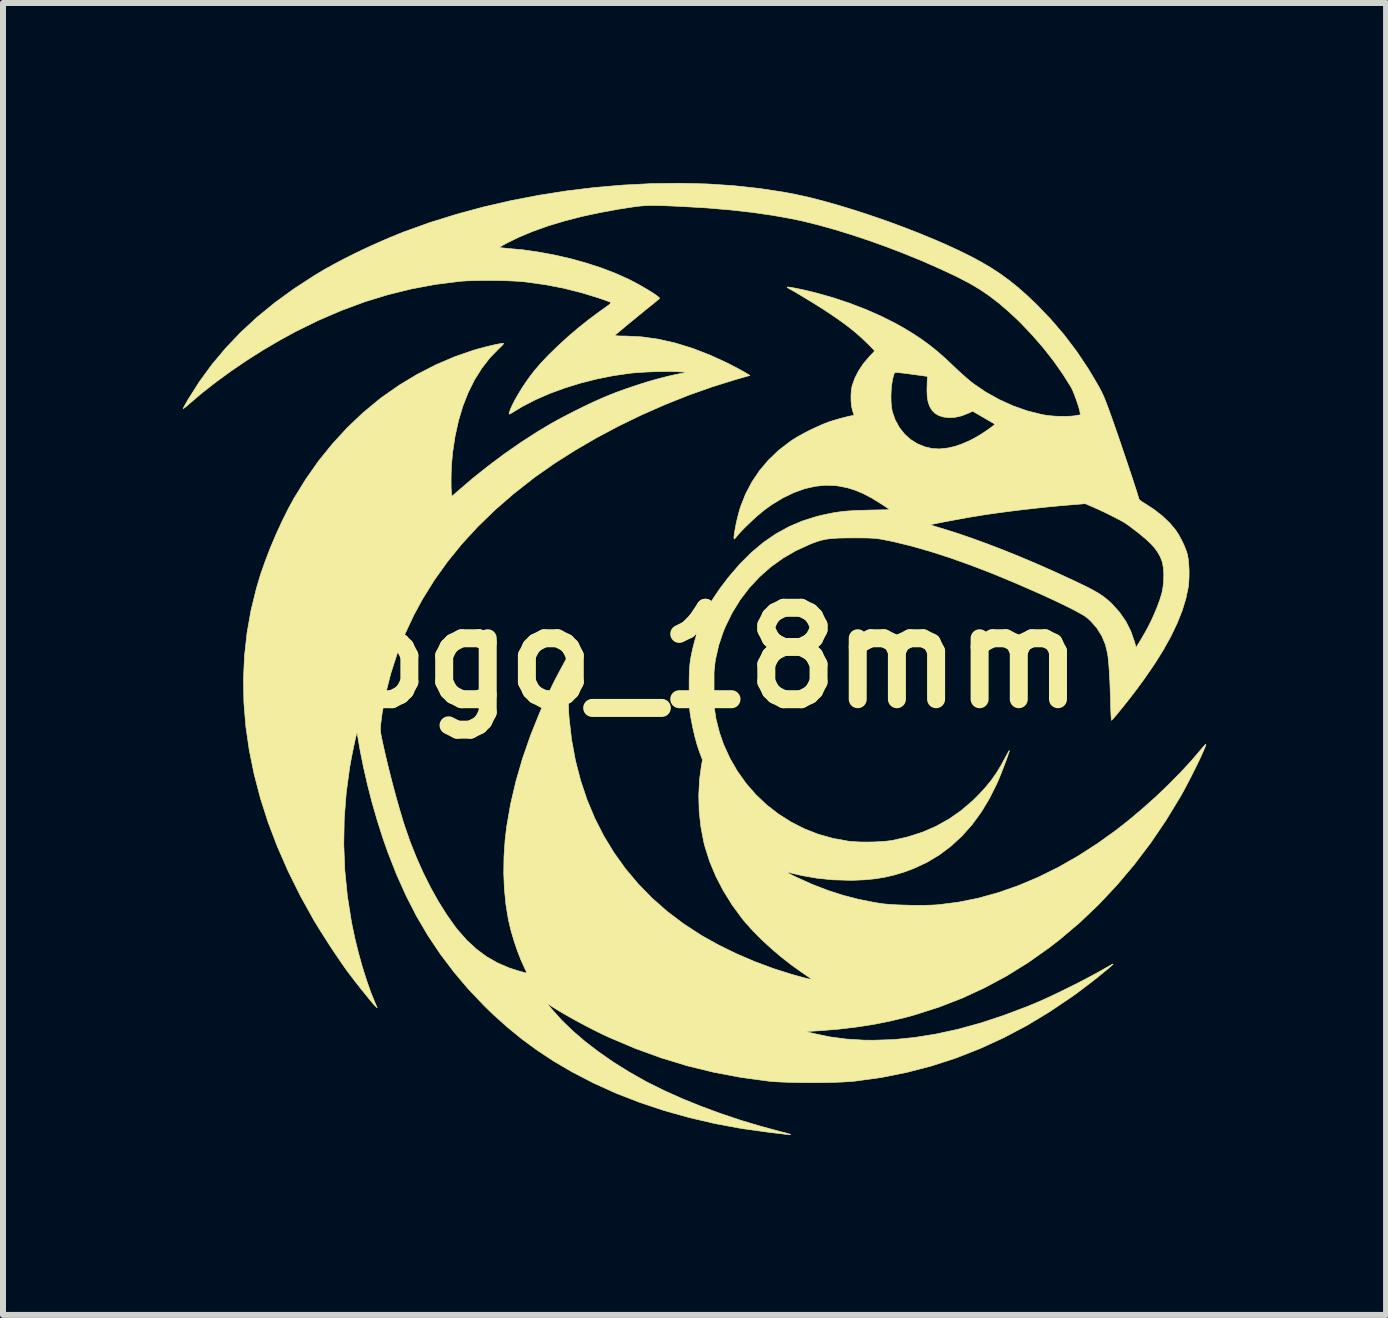
<source format=kicad_pcb>
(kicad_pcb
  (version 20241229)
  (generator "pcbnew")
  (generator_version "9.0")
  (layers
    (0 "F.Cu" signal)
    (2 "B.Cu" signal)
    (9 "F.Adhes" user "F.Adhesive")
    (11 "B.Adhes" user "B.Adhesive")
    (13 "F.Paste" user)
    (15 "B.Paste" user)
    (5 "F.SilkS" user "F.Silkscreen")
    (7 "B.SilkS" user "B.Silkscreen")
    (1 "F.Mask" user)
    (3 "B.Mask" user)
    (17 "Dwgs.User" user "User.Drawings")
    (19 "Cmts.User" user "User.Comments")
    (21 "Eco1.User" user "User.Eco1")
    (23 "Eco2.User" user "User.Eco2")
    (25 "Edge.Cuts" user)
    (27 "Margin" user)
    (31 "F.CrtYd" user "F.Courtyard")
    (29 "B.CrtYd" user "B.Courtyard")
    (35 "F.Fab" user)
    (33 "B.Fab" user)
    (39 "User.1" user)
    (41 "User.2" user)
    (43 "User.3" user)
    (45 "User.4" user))
  (footprint "logo_18mm"
    (layer "F.Cu")
    (at 8.419 7.917)
    (property "Reference" "logo_18mm" (at 0 0 0) (layer "F.SilkS") (effects (font (size 1.524 1.524) (thickness 0.3))))
    (attr through_hole)
    (fp_poly (pts (xy 0.311 -7.901) (xy 0.758 -7.872) (xy 1.193 -7.825) (xy 1.613 -7.761) (xy 1.789 -7.727) (xy 2.009 -7.679) (xy 2.247 -7.618) (xy 2.5 -7.547) (xy 2.763 -7.467) (xy 3.033 -7.379) (xy 3.307 -7.285) (xy 3.58 -7.184) (xy 3.849 -7.08) (xy 4.11 -6.972) (xy 4.293 -6.893) (xy 4.51 -6.793) (xy 4.707 -6.696) (xy 4.885 -6.601) (xy 5.05 -6.504) (xy 5.204 -6.403) (xy 5.351 -6.296) (xy 5.495 -6.181) (xy 5.639 -6.054) (xy 5.786 -5.915) (xy 5.802 -5.9) (xy 6.048 -5.645) (xy 6.274 -5.381) (xy 6.483 -5.105) (xy 6.678 -4.812) (xy 6.824 -4.566) (xy 6.857 -4.508) (xy 6.885 -4.455) (xy 6.91 -4.404) (xy 6.935 -4.349) (xy 6.96 -4.287) (xy 6.988 -4.214) (xy 7.021 -4.126) (xy 7.059 -4.019) (xy 7.068 -3.994) (xy 7.101 -3.901) (xy 7.137 -3.797) (xy 7.176 -3.685) (xy 7.216 -3.567) (xy 7.257 -3.446) (xy 7.298 -3.325) (xy 7.338 -3.207) (xy 7.376 -3.093) (xy 7.411 -2.987) (xy 7.442 -2.892) (xy 7.469 -2.81) (xy 7.49 -2.744) (xy 7.504 -2.697) (xy 7.511 -2.671) (xy 7.52 -2.648) (xy 7.537 -2.627) (xy 7.568 -2.603) (xy 7.611 -2.577) (xy 7.768 -2.475) (xy 7.91 -2.364) (xy 8.033 -2.247) (xy 8.128 -2.133) (xy 8.177 -2.059) (xy 8.226 -1.97) (xy 8.271 -1.876) (xy 8.307 -1.785) (xy 8.325 -1.727) (xy 8.339 -1.655) (xy 8.348 -1.564) (xy 8.354 -1.464) (xy 8.354 -1.361) (xy 8.349 -1.262) (xy 8.34 -1.176) (xy 8.34 -1.174) (xy 8.3 -0.985) (xy 8.239 -0.787) (xy 8.157 -0.581) (xy 8.054 -0.365) (xy 7.93 -0.14) (xy 7.783 0.096) (xy 7.614 0.342) (xy 7.489 0.513) (xy 7.433 0.586) (xy 7.375 0.662) (xy 7.316 0.737) (xy 7.258 0.81) (xy 7.203 0.877) (xy 7.155 0.937) (xy 7.114 0.985) (xy 7.083 1.02) (xy 7.065 1.039) (xy 7.061 1.041) (xy 7.058 1.029) (xy 7.055 0.995) (xy 7.052 0.942) (xy 7.049 0.874) (xy 7.047 0.794) (xy 7.045 0.714) (xy 7.039 0.541) (xy 7.033 0.381) (xy 7.025 0.237) (xy 7.016 0.112) (xy 7.006 0.007) (xy 6.996 -0.07) (xy 6.959 -0.222) (xy 6.9 -0.364) (xy 6.818 -0.495) (xy 6.715 -0.613) (xy 6.658 -0.665) (xy 6.614 -0.697) (xy 6.546 -0.737) (xy 6.457 -0.786) (xy 6.346 -0.843) (xy 6.214 -0.907) (xy 6.063 -0.979) (xy 5.893 -1.057) (xy 5.848 -1.077) (xy 5.453 -1.25) (xy 5.074 -1.407) (xy 4.712 -1.546) (xy 4.367 -1.669) (xy 4.04 -1.774) (xy 3.73 -1.863) (xy 3.439 -1.934) (xy 3.258 -1.971) (xy 3.209 -1.98) (xy 3.164 -1.987) (xy 3.118 -1.992) (xy 3.067 -1.995) (xy 3.008 -1.998) (xy 2.935 -1.999) (xy 2.844 -2) (xy 2.75 -2) (xy 2.623 -1.999) (xy 2.518 -1.997) (xy 2.429 -1.992) (xy 2.353 -1.985) (xy 2.286 -1.975) (xy 2.222 -1.96) (xy 2.158 -1.941) (xy 2.089 -1.916) (xy 2.038 -1.896) (xy 1.805 -1.79) (xy 1.586 -1.663) (xy 1.382 -1.517) (xy 1.194 -1.351) (xy 1.023 -1.168) (xy 0.871 -0.969) (xy 0.738 -0.753) (xy 0.625 -0.523) (xy 0.592 -0.445) (xy 0.513 -0.211) (xy 0.458 0.03) (xy 0.425 0.276) (xy 0.416 0.524) (xy 0.43 0.772) (xy 0.467 1.017) (xy 0.528 1.256) (xy 0.593 1.441) (xy 0.699 1.674) (xy 0.825 1.892) (xy 0.97 2.095) (xy 1.133 2.282) (xy 1.313 2.452) (xy 1.508 2.603) (xy 1.717 2.736) (xy 1.938 2.849) (xy 2.171 2.94) (xy 2.415 3.009) (xy 2.667 3.055) (xy 2.67 3.056) (xy 2.763 3.064) (xy 2.872 3.07) (xy 2.99 3.071) (xy 3.11 3.069) (xy 3.226 3.063) (xy 3.33 3.054) (xy 3.41 3.043) (xy 3.668 2.984) (xy 3.911 2.906) (xy 4.14 2.806) (xy 4.356 2.685) (xy 4.56 2.542) (xy 4.752 2.377) (xy 4.845 2.285) (xy 4.958 2.162) (xy 5.055 2.044) (xy 5.14 1.923) (xy 5.22 1.792) (xy 5.279 1.683) (xy 5.308 1.628) (xy 5.332 1.585) (xy 5.35 1.555) (xy 5.359 1.544) (xy 5.359 1.544) (xy 5.355 1.564) (xy 5.342 1.602) (xy 5.323 1.657) (xy 5.3 1.722) (xy 5.272 1.794) (xy 5.243 1.87) (xy 5.214 1.944) (xy 5.186 2.013) (xy 5.16 2.073) (xy 5.151 2.094) (xy 5.027 2.343) (xy 4.889 2.572) (xy 4.736 2.781) (xy 4.568 2.97) (xy 4.387 3.137) (xy 4.192 3.284) (xy 3.984 3.409) (xy 3.762 3.512) (xy 3.613 3.568) (xy 3.447 3.618) (xy 3.285 3.656) (xy 3.122 3.683) (xy 2.95 3.7) (xy 2.763 3.708) (xy 2.682 3.708) (xy 2.409 3.7) (xy 2.149 3.673) (xy 1.897 3.629) (xy 1.753 3.595) (xy 1.707 3.584) (xy 1.672 3.577) (xy 1.654 3.575) (xy 1.653 3.576) (xy 1.661 3.583) (xy 1.689 3.598) (xy 1.733 3.621) (xy 1.788 3.648) (xy 1.817 3.662) (xy 2.078 3.779) (xy 2.33 3.876) (xy 2.58 3.957) (xy 2.834 4.023) (xy 3.097 4.076) (xy 3.226 4.097) (xy 3.297 4.105) (xy 3.388 4.112) (xy 3.494 4.118) (xy 3.609 4.122) (xy 3.73 4.125) (xy 3.85 4.126) (xy 3.964 4.125) (xy 4.068 4.122) (xy 4.155 4.117) (xy 4.181 4.115) (xy 4.51 4.073) (xy 4.842 4.006) (xy 5.174 3.914) (xy 5.508 3.797) (xy 5.84 3.657) (xy 6.172 3.493) (xy 6.502 3.305) (xy 6.83 3.094) (xy 7.131 2.878) (xy 7.352 2.705) (xy 7.574 2.518) (xy 7.795 2.321) (xy 8.008 2.118) (xy 8.21 1.913) (xy 8.397 1.71) (xy 8.553 1.527) (xy 8.586 1.488) (xy 8.613 1.458) (xy 8.629 1.442) (xy 8.633 1.441) (xy 8.632 1.456) (xy 8.62 1.49) (xy 8.598 1.542) (xy 8.569 1.607) (xy 8.534 1.684) (xy 8.493 1.769) (xy 8.448 1.86) (xy 8.401 1.954) (xy 8.353 2.047) (xy 8.306 2.138) (xy 8.26 2.224) (xy 8.217 2.301) (xy 8.211 2.311) (xy 7.969 2.709) (xy 7.711 3.089) (xy 7.437 3.45) (xy 7.148 3.792) (xy 6.845 4.114) (xy 6.528 4.416) (xy 6.197 4.696) (xy 6.013 4.838) (xy 5.668 5.082) (xy 5.313 5.302) (xy 4.947 5.499) (xy 4.572 5.672) (xy 4.186 5.822) (xy 3.79 5.949) (xy 3.627 5.994) (xy 3.36 6.058) (xy 3.089 6.112) (xy 2.808 6.155) (xy 2.512 6.19) (xy 2.199 6.216) (xy 2.115 6.221) (xy 1.962 6.23) (xy 2.102 6.264) (xy 2.366 6.319) (xy 2.64 6.355) (xy 2.927 6.373) (xy 3.086 6.375) (xy 3.427 6.364) (xy 3.777 6.329) (xy 4.134 6.272) (xy 4.501 6.192) (xy 4.876 6.089) (xy 5.261 5.962) (xy 5.656 5.813) (xy 5.818 5.746) (xy 5.928 5.698) (xy 6.055 5.639) (xy 6.192 5.574) (xy 6.336 5.503) (xy 6.481 5.431) (xy 6.62 5.359) (xy 6.75 5.29) (xy 6.865 5.227) (xy 6.921 5.195) (xy 6.991 5.155) (xy 7.04 5.127) (xy 7.071 5.11) (xy 7.086 5.104) (xy 7.087 5.107) (xy 7.075 5.119) (xy 7.055 5.138) (xy 7.003 5.183) (xy 6.935 5.239) (xy 6.855 5.304) (xy 6.766 5.375) (xy 6.672 5.447) (xy 6.579 5.518) (xy 6.488 5.586) (xy 6.408 5.644) (xy 6.03 5.899) (xy 5.648 6.13) (xy 5.259 6.335) (xy 4.864 6.516) (xy 4.464 6.673) (xy 4.056 6.805) (xy 3.643 6.912) (xy 3.222 6.996) (xy 2.794 7.055) (xy 2.775 7.057) (xy 2.68 7.065) (xy 2.565 7.072) (xy 2.433 7.077) (xy 2.29 7.08) (xy 2.141 7.082) (xy 1.988 7.082) (xy 1.839 7.08) (xy 1.696 7.077) (xy 1.564 7.072) (xy 1.448 7.066) (xy 1.353 7.058) (xy 1.346 7.057) (xy 0.886 6.995) (xy 0.435 6.91) (xy -0.008 6.802) (xy -0.445 6.669) (xy -0.878 6.512) (xy -1.307 6.33) (xy -1.374 6.299) (xy -1.481 6.248) (xy -1.597 6.19) (xy -1.716 6.128) (xy -1.837 6.064) (xy -1.954 5.999) (xy -2.063 5.937) (xy -2.161 5.879) (xy -2.244 5.828) (xy -2.302 5.789) (xy -2.325 5.774) (xy -2.337 5.77) (xy -2.337 5.771) (xy -2.329 5.783) (xy -2.309 5.809) (xy -2.28 5.845) (xy -2.27 5.857) (xy -2.107 6.039) (xy -1.921 6.219) (xy -1.713 6.398) (xy -1.486 6.572) (xy -1.242 6.741) (xy -0.983 6.903) (xy -0.711 7.057) (xy -0.648 7.09) (xy -0.378 7.223) (xy -0.087 7.353) (xy 0.222 7.478) (xy 0.544 7.597) (xy 0.875 7.708) (xy 1.212 7.809) (xy 1.549 7.9) (xy 1.626 7.919) (xy 1.678 7.934) (xy 1.707 7.944) (xy 1.711 7.949) (xy 1.692 7.949) (xy 1.649 7.945) (xy 1.619 7.942) (xy 1.594 7.939) (xy 1.549 7.933) (xy 1.489 7.926) (xy 1.418 7.918) (xy 1.359 7.911) (xy 0.904 7.848) (xy 0.458 7.766) (xy 0.024 7.665) (xy -0.397 7.547) (xy -0.805 7.411) (xy -1.197 7.259) (xy -1.573 7.089) (xy -1.932 6.903) (xy -2.242 6.721) (xy -2.516 6.54) (xy -2.773 6.351) (xy -3.02 6.149) (xy -3.262 5.931) (xy -3.404 5.792) (xy -3.664 5.518) (xy -3.793 5.366) (xy 2.07 5.366) (xy 2.076 5.372) (xy 2.083 5.366) (xy 2.076 5.359) (xy 2.07 5.366) (xy -3.793 5.366) (xy -3.904 5.234) (xy -4.127 4.94) (xy -4.332 4.633) (xy -4.522 4.311) (xy -4.696 3.972) (xy -4.856 3.616) (xy -5.004 3.239) (xy -5.093 2.984) (xy -5.182 2.703) (xy -5.266 2.412) (xy -5.341 2.12) (xy -5.407 1.832) (xy -5.463 1.555) (xy -5.488 1.41) (xy -5.498 1.35) (xy -5.507 1.299) (xy -5.513 1.264) (xy -5.517 1.248) (xy -5.517 1.248) (xy -5.522 1.257) (xy -5.53 1.288) (xy -5.542 1.336) (xy -5.555 1.398) (xy -5.571 1.47) (xy -5.587 1.547) (xy -5.603 1.628) (xy -5.618 1.706) (xy -5.631 1.78) (xy -5.639 1.822) (xy -5.697 2.25) (xy -5.73 2.678) (xy -5.738 3.108) (xy -5.721 3.539) (xy -5.678 3.97) (xy -5.61 4.402) (xy -5.599 4.458) (xy -5.55 4.69) (xy -5.492 4.924) (xy -5.428 5.153) (xy -5.359 5.372) (xy -5.287 5.577) (xy -5.221 5.74) (xy -5.18 5.835) (xy -5.214 5.804) (xy -5.236 5.781) (xy -5.27 5.741) (xy -5.314 5.688) (xy -5.366 5.624) (xy -5.423 5.553) (xy -5.483 5.478) (xy -5.542 5.403) (xy -5.598 5.33) (xy -5.649 5.263) (xy -5.69 5.208) (xy -5.754 5.117) (xy -5.828 5.01) (xy -5.907 4.893) (xy -5.987 4.771) (xy -6.065 4.649) (xy -6.138 4.534) (xy -6.202 4.43) (xy -6.239 4.369) (xy -6.465 3.961) (xy -6.667 3.553) (xy -6.845 3.147) (xy -6.999 2.742) (xy -7.128 2.338) (xy -7.233 1.936) (xy -7.314 1.537) (xy -7.362 1.203) (xy -5.127 1.203) (xy -5.124 1.24) (xy -5.117 1.284) (xy -5.106 1.34) (xy -5.09 1.415) (xy -5.087 1.429) (xy -5.039 1.642) (xy -4.985 1.865) (xy -4.928 2.089) (xy -4.869 2.31) (xy -4.809 2.521) (xy -4.751 2.716) (xy -4.722 2.807) (xy -4.63 3.071) (xy -4.526 3.332) (xy -4.412 3.587) (xy -4.289 3.832) (xy -4.16 4.063) (xy -4.025 4.278) (xy -3.888 4.472) (xy -3.84 4.534) (xy -3.689 4.706) (xy -3.528 4.855) (xy -3.357 4.982) (xy -3.174 5.086) (xy -2.978 5.17) (xy -2.819 5.221) (xy -2.771 5.234) (xy -2.729 5.246) (xy -2.703 5.253) (xy -2.701 5.253) (xy -2.691 5.253) (xy -2.691 5.242) (xy -2.701 5.217) (xy -2.722 5.173) (xy -2.784 5.037) (xy -2.844 4.883) (xy -2.9 4.717) (xy -2.95 4.547) (xy -2.99 4.38) (xy -2.996 4.35) (xy -3.035 4.11) (xy -3.06 3.855) (xy -3.071 3.589) (xy -3.067 3.317) (xy -3.049 3.044) (xy -3.022 2.813) (xy -2.957 2.439) (xy -2.868 2.058) (xy -2.756 1.673) (xy -2.621 1.285) (xy -2.464 0.896) (xy -2.285 0.507) (xy -2.248 0.43) (xy -2.208 0.351) (xy -2.165 0.27) (xy -2.123 0.19) (xy -2.081 0.113) (xy -2.043 0.043) (xy -2.009 -0.016) (xy -1.982 -0.062) (xy -1.963 -0.091) (xy -1.954 -0.101) (xy -1.952 -0.09) (xy -1.954 -0.062) (xy -1.957 -0.041) (xy -1.969 0.043) (xy -1.978 0.147) (xy -1.985 0.266) (xy -1.991 0.396) (xy -1.994 0.532) (xy -1.994 0.668) (xy -1.992 0.799) (xy -1.987 0.921) (xy -1.981 1.01) (xy -1.94 1.366) (xy -1.876 1.711) (xy -1.79 2.044) (xy -1.683 2.365) (xy -1.554 2.673) (xy -1.404 2.968) (xy -1.233 3.249) (xy -1.042 3.516) (xy -0.83 3.768) (xy -0.598 4.006) (xy -0.347 4.227) (xy -0.076 4.432) (xy 0.214 4.621) (xy 0.235 4.634) (xy 0.51 4.787) (xy 0.804 4.931) (xy 1.111 5.063) (xy 1.425 5.18) (xy 1.741 5.28) (xy 1.861 5.313) (xy 1.938 5.334) (xy 1.994 5.348) (xy 2.031 5.356) (xy 2.05 5.358) (xy 2.055 5.355) (xy 2.05 5.349) (xy 2.036 5.338) (xy 2.005 5.316) (xy 1.96 5.285) (xy 1.907 5.249) (xy 1.882 5.232) (xy 1.719 5.115) (xy 1.554 4.986) (xy 1.392 4.848) (xy 1.237 4.706) (xy 1.094 4.563) (xy 0.968 4.423) (xy 0.901 4.343) (xy 0.735 4.116) (xy 0.589 3.881) (xy 0.464 3.64) (xy 0.432 3.562) (xy 1.626 3.562) (xy 1.632 3.569) (xy 1.638 3.562) (xy 1.632 3.556) (xy 1.626 3.562) (xy 0.432 3.562) (xy 0.362 3.396) (xy 0.284 3.151) (xy 0.263 3.067) (xy 0.215 2.814) (xy 0.187 2.554) (xy 0.18 2.291) (xy 0.193 2.032) (xy 0.223 1.807) (xy 0.242 1.7) (xy 0.196 1.579) (xy 0.154 1.454) (xy 0.114 1.31) (xy 0.078 1.152) (xy 0.048 0.997) (xy 0.039 0.942) (xy 0.032 0.89) (xy 0.027 0.838) (xy 0.024 0.78) (xy 0.021 0.712) (xy 0.02 0.63) (xy 0.02 0.528) (xy 0.02 0.495) (xy 0.02 0.372) (xy 0.022 0.268) (xy 0.027 0.18) (xy 0.033 0.1) (xy 0.043 0.025) (xy 0.057 -0.052) (xy 0.075 -0.136) (xy 0.099 -0.231) (xy 0.102 -0.243) (xy 0.148 -0.407) (xy 0.201 -0.561) (xy 0.264 -0.708) (xy 0.339 -0.854) (xy 0.428 -1.001) (xy 0.532 -1.154) (xy 0.655 -1.316) (xy 0.684 -1.353) (xy 0.867 -1.566) (xy 1.058 -1.756) (xy 1.257 -1.923) (xy 1.465 -2.066) (xy 1.682 -2.185) (xy 1.758 -2.218) (xy 4.042 -2.218) (xy 4.053 -2.213) (xy 4.084 -2.203) (xy 4.131 -2.188) (xy 4.191 -2.17) (xy 4.245 -2.154) (xy 4.478 -2.081) (xy 4.729 -1.995) (xy 4.995 -1.898) (xy 5.273 -1.791) (xy 5.559 -1.675) (xy 5.851 -1.551) (xy 6.145 -1.42) (xy 6.438 -1.285) (xy 6.554 -1.229) (xy 6.667 -1.174) (xy 6.76 -1.125) (xy 6.839 -1.08) (xy 6.906 -1.036) (xy 6.967 -0.99) (xy 7.025 -0.94) (xy 7.067 -0.901) (xy 7.193 -0.762) (xy 7.299 -0.61) (xy 7.383 -0.444) (xy 7.446 -0.263) (xy 7.455 -0.229) (xy 7.47 -0.173) (xy 7.522 -0.255) (xy 7.548 -0.298) (xy 7.582 -0.356) (xy 7.62 -0.422) (xy 7.656 -0.488) (xy 7.659 -0.492) (xy 7.717 -0.606) (xy 7.773 -0.729) (xy 7.824 -0.852) (xy 7.867 -0.969) (xy 7.899 -1.074) (xy 7.902 -1.086) (xy 7.92 -1.182) (xy 7.93 -1.285) (xy 7.933 -1.39) (xy 7.927 -1.49) (xy 7.913 -1.575) (xy 7.902 -1.615) (xy 7.871 -1.691) (xy 7.831 -1.762) (xy 7.779 -1.833) (xy 7.714 -1.905) (xy 7.632 -1.982) (xy 7.531 -2.066) (xy 7.474 -2.111) (xy 7.417 -2.154) (xy 7.363 -2.195) (xy 7.315 -2.229) (xy 7.281 -2.252) (xy 7.278 -2.254) (xy 7.234 -2.279) (xy 7.173 -2.312) (xy 7.099 -2.35) (xy 7.018 -2.391) (xy 6.934 -2.432) (xy 6.853 -2.47) (xy 6.781 -2.502) (xy 6.75 -2.516) (xy 6.623 -2.57) (xy 6.426 -2.554) (xy 6.221 -2.537) (xy 6.002 -2.516) (xy 5.776 -2.492) (xy 5.548 -2.466) (xy 5.324 -2.438) (xy 5.11 -2.409) (xy 4.912 -2.38) (xy 4.797 -2.361) (xy 4.716 -2.348) (xy 4.627 -2.332) (xy 4.534 -2.315) (xy 4.44 -2.298) (xy 4.349 -2.281) (xy 4.263 -2.265) (xy 4.187 -2.25) (xy 4.123 -2.237) (xy 4.076 -2.227) (xy 4.048 -2.22) (xy 4.042 -2.218) (xy 1.758 -2.218) (xy 1.909 -2.282) (xy 2.146 -2.357) (xy 2.242 -2.38) (xy 2.344 -2.402) (xy 2.436 -2.42) (xy 2.525 -2.433) (xy 2.616 -2.444) (xy 2.713 -2.451) (xy 2.822 -2.457) (xy 2.95 -2.461) (xy 3.015 -2.463) (xy 3.369 -2.47) (xy 3.22 -2.568) (xy 3.068 -2.662) (xy 2.926 -2.737) (xy 2.79 -2.794) (xy 2.656 -2.836) (xy 2.519 -2.863) (xy 2.466 -2.871) (xy 2.297 -2.878) (xy 2.123 -2.86) (xy 1.946 -2.82) (xy 1.766 -2.755) (xy 1.585 -2.668) (xy 1.405 -2.559) (xy 1.298 -2.483) (xy 1.234 -2.433) (xy 1.162 -2.372) (xy 1.086 -2.304) (xy 1.012 -2.234) (xy 0.942 -2.166) (xy 0.882 -2.104) (xy 0.836 -2.053) (xy 0.826 -2.04) (xy 0.8 -2.008) (xy 0.78 -1.987) (xy 0.771 -1.982) (xy 0.767 -1.993) (xy 0.768 -2.025) (xy 0.774 -2.073) (xy 0.784 -2.135) (xy 0.797 -2.205) (xy 0.813 -2.28) (xy 0.831 -2.355) (xy 0.85 -2.428) (xy 0.869 -2.494) (xy 0.875 -2.514) (xy 0.959 -2.728) (xy 1.065 -2.93) (xy 1.192 -3.119) (xy 1.34 -3.295) (xy 1.508 -3.456) (xy 1.696 -3.601) (xy 1.755 -3.641) (xy 1.837 -3.691) (xy 1.935 -3.745) (xy 2.042 -3.8) (xy 2.152 -3.851) (xy 2.255 -3.897) (xy 2.346 -3.932) (xy 2.356 -3.935) (xy 2.415 -3.954) (xy 2.483 -3.974) (xy 2.552 -3.994) (xy 2.619 -4.011) (xy 2.677 -4.026) (xy 2.722 -4.035) (xy 2.746 -4.038) (xy 2.765 -4.04) (xy 2.768 -4.042) (xy 2.765 -4.055) (xy 2.756 -4.085) (xy 2.743 -4.125) (xy 2.727 -4.197) (xy 2.719 -4.284) (xy 2.718 -4.365) (xy 3.384 -4.365) (xy 3.386 -4.269) (xy 3.393 -4.182) (xy 3.405 -4.111) (xy 3.407 -4.102) (xy 3.455 -3.966) (xy 3.523 -3.842) (xy 3.608 -3.733) (xy 3.708 -3.642) (xy 3.821 -3.571) (xy 3.825 -3.569) (xy 3.949 -3.518) (xy 4.069 -3.49) (xy 4.192 -3.483) (xy 4.324 -3.497) (xy 4.331 -3.498) (xy 4.445 -3.524) (xy 4.559 -3.562) (xy 4.681 -3.614) (xy 4.705 -3.626) (xy 4.773 -3.661) (xy 4.851 -3.706) (xy 4.93 -3.756) (xy 5.005 -3.807) (xy 5.067 -3.852) (xy 5.084 -3.865) (xy 5.12 -3.895) (xy 4.746 -4.112) (xy 4.669 -4.076) (xy 4.564 -4.035) (xy 4.459 -4.011) (xy 4.359 -4.004) (xy 4.265 -4.014) (xy 4.182 -4.039) (xy 4.113 -4.081) (xy 4.065 -4.132) (xy 4.028 -4.197) (xy 4.003 -4.269) (xy 3.989 -4.354) (xy 3.985 -4.456) (xy 3.985 -4.483) (xy 3.987 -4.545) (xy 3.988 -4.599) (xy 3.99 -4.641) (xy 3.991 -4.661) (xy 3.994 -4.692) (xy 3.723 -4.729) (xy 3.63 -4.742) (xy 3.559 -4.75) (xy 3.507 -4.755) (xy 3.473 -4.757) (xy 3.452 -4.755) (xy 3.442 -4.751) (xy 3.442 -4.75) (xy 3.435 -4.731) (xy 3.424 -4.694) (xy 3.412 -4.646) (xy 3.409 -4.631) (xy 3.396 -4.553) (xy 3.388 -4.462) (xy 3.384 -4.365) (xy 2.718 -4.365) (xy 2.718 -4.377) (xy 2.725 -4.465) (xy 2.737 -4.536) (xy 2.781 -4.661) (xy 2.846 -4.787) (xy 2.929 -4.91) (xy 3.028 -5.026) (xy 3.031 -5.029) (xy 3.067 -5.066) (xy 3.094 -5.096) (xy 3.11 -5.115) (xy 3.111 -5.118) (xy 3.103 -5.129) (xy 3.079 -5.155) (xy 3.044 -5.191) (xy 3 -5.235) (xy 2.981 -5.253) (xy 2.895 -5.335) (xy 2.809 -5.411) (xy 2.719 -5.485) (xy 2.62 -5.561) (xy 2.509 -5.641) (xy 2.382 -5.728) (xy 2.311 -5.775) (xy 2.249 -5.816) (xy 2.174 -5.863) (xy 2.092 -5.915) (xy 2.006 -5.967) (xy 1.922 -6.018) (xy 1.843 -6.065) (xy 1.774 -6.106) (xy 1.719 -6.137) (xy 1.691 -6.152) (xy 1.665 -6.168) (xy 1.655 -6.179) (xy 1.655 -6.181) (xy 1.671 -6.182) (xy 1.707 -6.177) (xy 1.761 -6.168) (xy 1.828 -6.155) (xy 1.905 -6.139) (xy 1.988 -6.12) (xy 2.074 -6.1) (xy 2.144 -6.082) (xy 2.42 -6.004) (xy 2.695 -5.912) (xy 2.963 -5.809) (xy 3.218 -5.697) (xy 3.457 -5.577) (xy 3.598 -5.498) (xy 3.756 -5.402) (xy 3.899 -5.307) (xy 4.033 -5.209) (xy 4.164 -5.103) (xy 4.298 -4.985) (xy 4.433 -4.857) (xy 4.501 -4.793) (xy 4.571 -4.729) (xy 4.639 -4.669) (xy 4.7 -4.617) (xy 4.748 -4.579) (xy 4.751 -4.576) (xy 4.964 -4.431) (xy 5.188 -4.306) (xy 5.422 -4.2) (xy 5.661 -4.116) (xy 5.902 -4.056) (xy 5.963 -4.045) (xy 6.034 -4.036) (xy 6.119 -4.029) (xy 6.209 -4.026) (xy 6.299 -4.026) (xy 6.38 -4.029) (xy 6.446 -4.035) (xy 6.463 -4.038) (xy 6.502 -4.045) (xy 6.529 -4.05) (xy 6.537 -4.051) (xy 6.541 -4.062) (xy 6.537 -4.093) (xy 6.526 -4.138) (xy 6.51 -4.195) (xy 6.489 -4.258) (xy 6.466 -4.324) (xy 6.442 -4.388) (xy 6.419 -4.446) (xy 6.396 -4.494) (xy 6.385 -4.515) (xy 6.251 -4.729) (xy 6.097 -4.948) (xy 5.927 -5.165) (xy 5.745 -5.375) (xy 5.555 -5.575) (xy 5.498 -5.632) (xy 5.335 -5.783) (xy 5.18 -5.916) (xy 5.026 -6.034) (xy 4.869 -6.141) (xy 4.703 -6.24) (xy 4.523 -6.334) (xy 4.476 -6.358) (xy 4.202 -6.486) (xy 3.917 -6.612) (xy 3.624 -6.732) (xy 3.326 -6.847) (xy 3.028 -6.954) (xy 2.734 -7.052) (xy 2.446 -7.141) (xy 2.169 -7.218) (xy 1.907 -7.283) (xy 1.726 -7.321) (xy 1.407 -7.378) (xy 1.065 -7.427) (xy 0.7 -7.468) (xy 0.311 -7.501) (xy -0.102 -7.525) (xy -0.279 -7.533) (xy -0.399 -7.538) (xy -0.5 -7.541) (xy -0.586 -7.542) (xy -0.662 -7.541) (xy -0.735 -7.537) (xy -0.809 -7.531) (xy -0.89 -7.521) (xy -0.982 -7.507) (xy -1.092 -7.49) (xy -1.156 -7.48) (xy -1.474 -7.422) (xy -1.778 -7.356) (xy -2.067 -7.281) (xy -2.338 -7.199) (xy -2.589 -7.109) (xy -2.819 -7.013) (xy -3.01 -6.92) (xy -3.06 -6.893) (xy -3.102 -6.869) (xy -3.131 -6.852) (xy -3.141 -6.846) (xy -3.133 -6.841) (xy -3.105 -6.836) (xy -3.061 -6.831) (xy -3.02 -6.827) (xy -2.756 -6.803) (xy -2.486 -6.764) (xy -2.215 -6.714) (xy -1.947 -6.652) (xy -1.686 -6.579) (xy -1.437 -6.498) (xy -1.204 -6.408) (xy -0.99 -6.312) (xy -0.976 -6.305) (xy -0.895 -6.263) (xy -0.813 -6.219) (xy -0.734 -6.173) (xy -0.66 -6.13) (xy -0.594 -6.089) (xy -0.54 -6.053) (xy -0.5 -6.023) (xy -0.477 -6.003) (xy -0.473 -5.994) (xy -0.483 -5.983) (xy -0.511 -5.96) (xy -0.551 -5.926) (xy -0.602 -5.885) (xy -0.648 -5.848) (xy -0.699 -5.807) (xy -0.76 -5.757) (xy -0.828 -5.702) (xy -0.899 -5.643) (xy -0.971 -5.585) (xy -1.039 -5.529) (xy -1.1 -5.477) (xy -1.152 -5.434) (xy -1.191 -5.401) (xy -1.214 -5.381) (xy -1.216 -5.38) (xy -1.215 -5.374) (xy -1.196 -5.37) (xy -1.159 -5.367) (xy -1.099 -5.365) (xy -1.038 -5.365) (xy -0.767 -5.351) (xy -0.491 -5.312) (xy -0.209 -5.248) (xy 0.077 -5.16) (xy 0.368 -5.047) (xy 0.616 -4.934) (xy 0.693 -4.896) (xy 0.77 -4.856) (xy 0.84 -4.819) (xy 0.899 -4.787) (xy 0.933 -4.768) (xy 1.033 -4.708) (xy 0.799 -4.641) (xy 0.406 -4.519) (xy 0.011 -4.379) (xy -0.383 -4.222) (xy -0.773 -4.05) (xy -1.155 -3.865) (xy -1.525 -3.668) (xy -1.881 -3.461) (xy -2.22 -3.246) (xy -2.537 -3.024) (xy -2.572 -2.998) (xy -2.907 -2.735) (xy -3.218 -2.465) (xy -3.505 -2.186) (xy -3.769 -1.899) (xy -4.01 -1.602) (xy -4.228 -1.297) (xy -4.424 -0.982) (xy -4.571 -0.711) (xy -4.72 -0.393) (xy -4.848 -0.069) (xy -4.954 0.26) (xy -5.038 0.591) (xy -5.098 0.92) (xy -5.119 1.079) (xy -5.124 1.128) (xy -5.127 1.168) (xy -5.127 1.203) (xy -7.362 1.203) (xy -7.371 1.141) (xy -7.403 0.747) (xy -7.41 0.357) (xy -7.393 -0.029) (xy -7.351 -0.412) (xy -7.285 -0.79) (xy -7.193 -1.163) (xy -7.123 -1.397) (xy -7.048 -1.61) (xy -6.963 -1.832) (xy -6.868 -2.056) (xy -6.768 -2.274) (xy -6.665 -2.481) (xy -6.567 -2.661) (xy -6.37 -2.98) (xy -6.157 -3.283) (xy -5.926 -3.568) (xy -5.68 -3.836) (xy -5.419 -4.084) (xy -5.145 -4.311) (xy -5.099 -4.346) (xy -4.814 -4.545) (xy -4.517 -4.724) (xy -4.21 -4.882) (xy -3.896 -5.017) (xy -3.591 -5.123) (xy -3.521 -5.144) (xy -3.442 -5.165) (xy -3.361 -5.187) (xy -3.28 -5.206) (xy -3.207 -5.223) (xy -3.144 -5.235) (xy -3.098 -5.243) (xy -3.076 -5.245) (xy -3.075 -5.237) (xy -3.091 -5.215) (xy -3.125 -5.181) (xy -3.153 -5.155) (xy -3.302 -5.002) (xy -3.437 -4.828) (xy -3.558 -4.635) (xy -3.663 -4.424) (xy -3.753 -4.196) (xy -3.826 -3.952) (xy -3.883 -3.692) (xy -3.924 -3.419) (xy -3.936 -3.284) (xy -3.943 -3.193) (xy -3.947 -3.096) (xy -3.949 -3) (xy -3.949 -2.909) (xy -3.948 -2.83) (xy -3.944 -2.769) (xy -3.942 -2.752) (xy -3.934 -2.693) (xy -3.845 -2.772) (xy -3.598 -2.984) (xy -3.335 -3.194) (xy -3.064 -3.397) (xy -2.788 -3.589) (xy -2.514 -3.766) (xy -2.292 -3.899) (xy -2.165 -3.97) (xy -2.022 -4.045) (xy -1.87 -4.123) (xy -1.715 -4.199) (xy -1.565 -4.27) (xy -1.425 -4.332) (xy -1.353 -4.363) (xy -1.192 -4.427) (xy -1.021 -4.489) (xy -0.844 -4.548) (xy -0.667 -4.604) (xy -0.494 -4.653) (xy -0.33 -4.695) (xy -0.182 -4.728) (xy -0.108 -4.741) (xy -0.006 -4.759) (xy -0.146 -4.769) (xy -0.229 -4.773) (xy -0.331 -4.774) (xy -0.446 -4.773) (xy -0.568 -4.77) (xy -0.691 -4.765) (xy -0.808 -4.758) (xy -0.914 -4.75) (xy -0.978 -4.743) (xy -1.251 -4.703) (xy -1.524 -4.648) (xy -1.792 -4.58) (xy -2.053 -4.499) (xy -2.302 -4.408) (xy -2.536 -4.306) (xy -2.752 -4.195) (xy -2.878 -4.12) (xy -2.927 -4.089) (xy -2.958 -4.071) (xy -2.975 -4.064) (xy -2.982 -4.067) (xy -2.981 -4.079) (xy -2.979 -4.086) (xy -2.96 -4.143) (xy -2.928 -4.215) (xy -2.884 -4.3) (xy -2.831 -4.393) (xy -2.772 -4.49) (xy -2.707 -4.588) (xy -2.641 -4.682) (xy -2.574 -4.769) (xy -2.57 -4.775) (xy -2.453 -4.912) (xy -2.316 -5.056) (xy -2.163 -5.204) (xy -1.998 -5.355) (xy -1.824 -5.503) (xy -1.644 -5.646) (xy -1.462 -5.781) (xy -1.412 -5.816) (xy -1.355 -5.857) (xy -1.316 -5.886) (xy -1.294 -5.906) (xy -1.285 -5.919) (xy -1.288 -5.926) (xy -1.292 -5.928) (xy -1.318 -5.94) (xy -1.365 -5.957) (xy -1.426 -5.978) (xy -1.497 -6.002) (xy -1.574 -6.026) (xy -1.652 -6.05) (xy -1.726 -6.073) (xy -1.782 -6.089) (xy -2.076 -6.163) (xy -2.377 -6.221) (xy -2.691 -6.265) (xy -2.731 -6.269) (xy -2.82 -6.277) (xy -2.929 -6.283) (xy -3.051 -6.288) (xy -3.183 -6.291) (xy -3.317 -6.292) (xy -3.45 -6.291) (xy -3.575 -6.289) (xy -3.688 -6.285) (xy -3.782 -6.279) (xy -3.81 -6.276) (xy -4.213 -6.225) (xy -4.608 -6.151) (xy -4.999 -6.055) (xy -5.387 -5.936) (xy -5.773 -5.793) (xy -6.159 -5.627) (xy -6.538 -5.441) (xy -6.811 -5.292) (xy -7.085 -5.131) (xy -7.356 -4.959) (xy -7.619 -4.78) (xy -7.871 -4.596) (xy -8.106 -4.412) (xy -8.303 -4.244) (xy -8.346 -4.207) (xy -8.381 -4.178) (xy -8.406 -4.16) (xy -8.414 -4.155) (xy -8.41 -4.168) (xy -8.395 -4.197) (xy -8.371 -4.24) (xy -8.341 -4.293) (xy -8.334 -4.306) (xy -8.143 -4.606) (xy -7.933 -4.893) (xy -7.703 -5.167) (xy -7.452 -5.43) (xy -7.179 -5.682) (xy -6.884 -5.923) (xy -6.567 -6.153) (xy -6.227 -6.374) (xy -6.077 -6.464) (xy -5.92 -6.552) (xy -5.745 -6.645) (xy -5.556 -6.74) (xy -5.359 -6.834) (xy -5.16 -6.924) (xy -4.964 -7.009) (xy -4.776 -7.085) (xy -4.731 -7.103) (xy -4.305 -7.256) (xy -3.865 -7.393) (xy -3.415 -7.515) (xy -2.956 -7.621) (xy -2.49 -7.711) (xy -2.02 -7.785) (xy -1.548 -7.842) (xy -1.077 -7.882) (xy -0.608 -7.906) (xy -0.145 -7.912) (xy 0.311 -7.901)) (stroke (width 0.01) (type solid)) (fill yes) (layer "F.SilkS")))
  (gr_rect
    (start -3 -3)
    (end 20.057 18.871)
    (stroke (width 0.1) (type default))
    (fill no)
    (layer "Edge.Cuts")))
</source>
